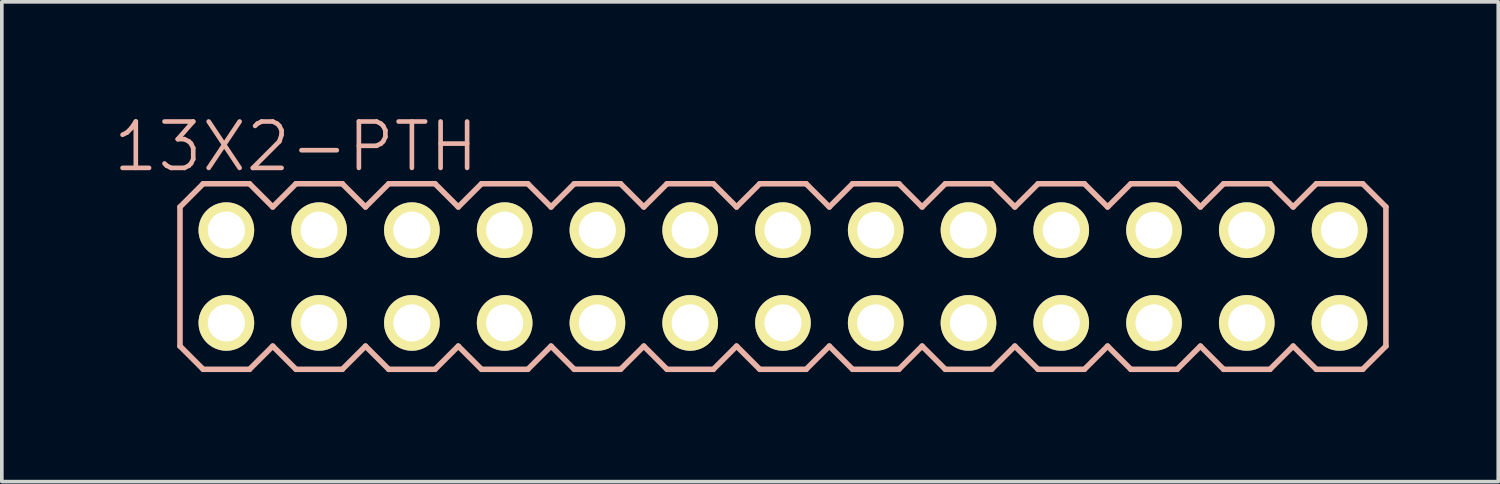
<source format=kicad_pcb>
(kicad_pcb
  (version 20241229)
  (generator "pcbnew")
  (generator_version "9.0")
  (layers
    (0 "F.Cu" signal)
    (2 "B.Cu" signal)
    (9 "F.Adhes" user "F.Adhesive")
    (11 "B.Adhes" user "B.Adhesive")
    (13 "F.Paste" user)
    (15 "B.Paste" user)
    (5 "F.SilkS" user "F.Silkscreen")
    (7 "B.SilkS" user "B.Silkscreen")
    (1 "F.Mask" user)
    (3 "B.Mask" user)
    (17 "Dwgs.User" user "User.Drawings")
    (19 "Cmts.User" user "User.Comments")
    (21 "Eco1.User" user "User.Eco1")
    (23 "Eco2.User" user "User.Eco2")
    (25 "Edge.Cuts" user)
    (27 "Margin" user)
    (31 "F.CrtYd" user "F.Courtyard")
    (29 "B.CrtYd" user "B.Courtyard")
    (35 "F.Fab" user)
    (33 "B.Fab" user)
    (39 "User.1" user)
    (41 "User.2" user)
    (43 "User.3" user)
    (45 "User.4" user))
  (footprint "13X2-PTH"
    (layer "F.Cu")
    (at 18.388 4.522)
    (property "Reference" "13X2-PTH" (at -13.335 -3.556 0) (layer "B.SilkS") (effects (font (size 1.27 1.27) (thickness 0.127))))
    (attr exclude_from_pos_files exclude_from_bom)
    (fp_line (start -15.494 -1.524) (end -14.986 -1.524) (stroke (width 0.066) (type solid)) (layer "F.SilkS"))
    (fp_line (start -15.494 -1.016) (end -15.494 -1.524) (stroke (width 0.066) (type solid)) (layer "F.SilkS"))
    (fp_line (start -15.494 -1.016) (end -14.986 -1.016) (stroke (width 0.066) (type solid)) (layer "F.SilkS"))
    (fp_line (start -15.494 1.016) (end -14.986 1.016) (stroke (width 0.066) (type solid)) (layer "F.SilkS"))
    (fp_line (start -15.494 1.524) (end -15.494 1.016) (stroke (width 0.066) (type solid)) (layer "F.SilkS"))
    (fp_line (start -15.494 1.524) (end -14.986 1.524) (stroke (width 0.066) (type solid)) (layer "F.SilkS"))
    (fp_line (start -14.986 -1.016) (end -14.986 -1.524) (stroke (width 0.066) (type solid)) (layer "F.SilkS"))
    (fp_line (start -14.986 1.524) (end -14.986 1.016) (stroke (width 0.066) (type solid)) (layer "F.SilkS"))
    (fp_line (start -12.954 -1.524) (end -12.446 -1.524) (stroke (width 0.066) (type solid)) (layer "F.SilkS"))
    (fp_line (start -12.954 -1.016) (end -12.954 -1.524) (stroke (width 0.066) (type solid)) (layer "F.SilkS"))
    (fp_line (start -12.954 -1.016) (end -12.446 -1.016) (stroke (width 0.066) (type solid)) (layer "F.SilkS"))
    (fp_line (start -12.954 1.016) (end -12.446 1.016) (stroke (width 0.066) (type solid)) (layer "F.SilkS"))
    (fp_line (start -12.954 1.524) (end -12.954 1.016) (stroke (width 0.066) (type solid)) (layer "F.SilkS"))
    (fp_line (start -12.954 1.524) (end -12.446 1.524) (stroke (width 0.066) (type solid)) (layer "F.SilkS"))
    (fp_line (start -12.446 -1.016) (end -12.446 -1.524) (stroke (width 0.066) (type solid)) (layer "F.SilkS"))
    (fp_line (start -12.446 1.524) (end -12.446 1.016) (stroke (width 0.066) (type solid)) (layer "F.SilkS"))
    (fp_line (start -10.414 -1.524) (end -9.906 -1.524) (stroke (width 0.066) (type solid)) (layer "F.SilkS"))
    (fp_line (start -10.414 -1.016) (end -10.414 -1.524) (stroke (width 0.066) (type solid)) (layer "F.SilkS"))
    (fp_line (start -10.414 -1.016) (end -9.906 -1.016) (stroke (width 0.066) (type solid)) (layer "F.SilkS"))
    (fp_line (start -10.414 1.016) (end -9.906 1.016) (stroke (width 0.066) (type solid)) (layer "F.SilkS"))
    (fp_line (start -10.414 1.524) (end -10.414 1.016) (stroke (width 0.066) (type solid)) (layer "F.SilkS"))
    (fp_line (start -10.414 1.524) (end -9.906 1.524) (stroke (width 0.066) (type solid)) (layer "F.SilkS"))
    (fp_line (start -9.906 -1.016) (end -9.906 -1.524) (stroke (width 0.066) (type solid)) (layer "F.SilkS"))
    (fp_line (start -9.906 1.524) (end -9.906 1.016) (stroke (width 0.066) (type solid)) (layer "F.SilkS"))
    (fp_line (start -7.874 -1.524) (end -7.366 -1.524) (stroke (width 0.066) (type solid)) (layer "F.SilkS"))
    (fp_line (start -7.874 -1.016) (end -7.874 -1.524) (stroke (width 0.066) (type solid)) (layer "F.SilkS"))
    (fp_line (start -7.874 -1.016) (end -7.366 -1.016) (stroke (width 0.066) (type solid)) (layer "F.SilkS"))
    (fp_line (start -7.874 1.016) (end -7.366 1.016) (stroke (width 0.066) (type solid)) (layer "F.SilkS"))
    (fp_line (start -7.874 1.524) (end -7.874 1.016) (stroke (width 0.066) (type solid)) (layer "F.SilkS"))
    (fp_line (start -7.874 1.524) (end -7.366 1.524) (stroke (width 0.066) (type solid)) (layer "F.SilkS"))
    (fp_line (start -7.366 -1.016) (end -7.366 -1.524) (stroke (width 0.066) (type solid)) (layer "F.SilkS"))
    (fp_line (start -7.366 1.524) (end -7.366 1.016) (stroke (width 0.066) (type solid)) (layer "F.SilkS"))
    (fp_line (start -5.334 -1.524) (end -4.826 -1.524) (stroke (width 0.066) (type solid)) (layer "F.SilkS"))
    (fp_line (start -5.334 -1.016) (end -5.334 -1.524) (stroke (width 0.066) (type solid)) (layer "F.SilkS"))
    (fp_line (start -5.334 -1.016) (end -4.826 -1.016) (stroke (width 0.066) (type solid)) (layer "F.SilkS"))
    (fp_line (start -5.334 1.016) (end -4.826 1.016) (stroke (width 0.066) (type solid)) (layer "F.SilkS"))
    (fp_line (start -5.334 1.524) (end -5.334 1.016) (stroke (width 0.066) (type solid)) (layer "F.SilkS"))
    (fp_line (start -5.334 1.524) (end -4.826 1.524) (stroke (width 0.066) (type solid)) (layer "F.SilkS"))
    (fp_line (start -4.826 -1.016) (end -4.826 -1.524) (stroke (width 0.066) (type solid)) (layer "F.SilkS"))
    (fp_line (start -4.826 1.524) (end -4.826 1.016) (stroke (width 0.066) (type solid)) (layer "F.SilkS"))
    (fp_line (start -2.794 -1.524) (end -2.286 -1.524) (stroke (width 0.066) (type solid)) (layer "F.SilkS"))
    (fp_line (start -2.794 -1.016) (end -2.794 -1.524) (stroke (width 0.066) (type solid)) (layer "F.SilkS"))
    (fp_line (start -2.794 -1.016) (end -2.286 -1.016) (stroke (width 0.066) (type solid)) (layer "F.SilkS"))
    (fp_line (start -2.794 1.016) (end -2.286 1.016) (stroke (width 0.066) (type solid)) (layer "F.SilkS"))
    (fp_line (start -2.794 1.524) (end -2.794 1.016) (stroke (width 0.066) (type solid)) (layer "F.SilkS"))
    (fp_line (start -2.794 1.524) (end -2.286 1.524) (stroke (width 0.066) (type solid)) (layer "F.SilkS"))
    (fp_line (start -2.286 -1.016) (end -2.286 -1.524) (stroke (width 0.066) (type solid)) (layer "F.SilkS"))
    (fp_line (start -2.286 1.524) (end -2.286 1.016) (stroke (width 0.066) (type solid)) (layer "F.SilkS"))
    (fp_line (start -0.254 -1.524) (end 0.254 -1.524) (stroke (width 0.066) (type solid)) (layer "F.SilkS"))
    (fp_line (start -0.254 -1.016) (end -0.254 -1.524) (stroke (width 0.066) (type solid)) (layer "F.SilkS"))
    (fp_line (start -0.254 -1.016) (end 0.254 -1.016) (stroke (width 0.066) (type solid)) (layer "F.SilkS"))
    (fp_line (start -0.254 1.016) (end 0.254 1.016) (stroke (width 0.066) (type solid)) (layer "F.SilkS"))
    (fp_line (start -0.254 1.524) (end -0.254 1.016) (stroke (width 0.066) (type solid)) (layer "F.SilkS"))
    (fp_line (start -0.254 1.524) (end 0.254 1.524) (stroke (width 0.066) (type solid)) (layer "F.SilkS"))
    (fp_line (start 0.254 -1.016) (end 0.254 -1.524) (stroke (width 0.066) (type solid)) (layer "F.SilkS"))
    (fp_line (start 0.254 1.524) (end 0.254 1.016) (stroke (width 0.066) (type solid)) (layer "F.SilkS"))
    (fp_line (start 2.286 -1.524) (end 2.794 -1.524) (stroke (width 0.066) (type solid)) (layer "F.SilkS"))
    (fp_line (start 2.286 -1.016) (end 2.286 -1.524) (stroke (width 0.066) (type solid)) (layer "F.SilkS"))
    (fp_line (start 2.286 -1.016) (end 2.794 -1.016) (stroke (width 0.066) (type solid)) (layer "F.SilkS"))
    (fp_line (start 2.286 1.016) (end 2.794 1.016) (stroke (width 0.066) (type solid)) (layer "F.SilkS"))
    (fp_line (start 2.286 1.524) (end 2.286 1.016) (stroke (width 0.066) (type solid)) (layer "F.SilkS"))
    (fp_line (start 2.286 1.524) (end 2.794 1.524) (stroke (width 0.066) (type solid)) (layer "F.SilkS"))
    (fp_line (start 2.794 -1.016) (end 2.794 -1.524) (stroke (width 0.066) (type solid)) (layer "F.SilkS"))
    (fp_line (start 2.794 1.524) (end 2.794 1.016) (stroke (width 0.066) (type solid)) (layer "F.SilkS"))
    (fp_line (start 4.826 -1.524) (end 5.334 -1.524) (stroke (width 0.066) (type solid)) (layer "F.SilkS"))
    (fp_line (start 4.826 -1.016) (end 4.826 -1.524) (stroke (width 0.066) (type solid)) (layer "F.SilkS"))
    (fp_line (start 4.826 -1.016) (end 5.334 -1.016) (stroke (width 0.066) (type solid)) (layer "F.SilkS"))
    (fp_line (start 4.826 1.016) (end 5.334 1.016) (stroke (width 0.066) (type solid)) (layer "F.SilkS"))
    (fp_line (start 4.826 1.524) (end 4.826 1.016) (stroke (width 0.066) (type solid)) (layer "F.SilkS"))
    (fp_line (start 4.826 1.524) (end 5.334 1.524) (stroke (width 0.066) (type solid)) (layer "F.SilkS"))
    (fp_line (start 5.334 -1.016) (end 5.334 -1.524) (stroke (width 0.066) (type solid)) (layer "F.SilkS"))
    (fp_line (start 5.334 1.524) (end 5.334 1.016) (stroke (width 0.066) (type solid)) (layer "F.SilkS"))
    (fp_line (start 7.366 -1.524) (end 7.874 -1.524) (stroke (width 0.066) (type solid)) (layer "F.SilkS"))
    (fp_line (start 7.366 -1.016) (end 7.366 -1.524) (stroke (width 0.066) (type solid)) (layer "F.SilkS"))
    (fp_line (start 7.366 -1.016) (end 7.874 -1.016) (stroke (width 0.066) (type solid)) (layer "F.SilkS"))
    (fp_line (start 7.366 1.016) (end 7.874 1.016) (stroke (width 0.066) (type solid)) (layer "F.SilkS"))
    (fp_line (start 7.366 1.524) (end 7.366 1.016) (stroke (width 0.066) (type solid)) (layer "F.SilkS"))
    (fp_line (start 7.366 1.524) (end 7.874 1.524) (stroke (width 0.066) (type solid)) (layer "F.SilkS"))
    (fp_line (start 7.874 -1.016) (end 7.874 -1.524) (stroke (width 0.066) (type solid)) (layer "F.SilkS"))
    (fp_line (start 7.874 1.524) (end 7.874 1.016) (stroke (width 0.066) (type solid)) (layer "F.SilkS"))
    (fp_line (start 9.906 -1.524) (end 10.414 -1.524) (stroke (width 0.066) (type solid)) (layer "F.SilkS"))
    (fp_line (start 9.906 -1.016) (end 9.906 -1.524) (stroke (width 0.066) (type solid)) (layer "F.SilkS"))
    (fp_line (start 9.906 -1.016) (end 10.414 -1.016) (stroke (width 0.066) (type solid)) (layer "F.SilkS"))
    (fp_line (start 9.906 1.016) (end 10.414 1.016) (stroke (width 0.066) (type solid)) (layer "F.SilkS"))
    (fp_line (start 9.906 1.524) (end 9.906 1.016) (stroke (width 0.066) (type solid)) (layer "F.SilkS"))
    (fp_line (start 9.906 1.524) (end 10.414 1.524) (stroke (width 0.066) (type solid)) (layer "F.SilkS"))
    (fp_line (start 10.414 -1.016) (end 10.414 -1.524) (stroke (width 0.066) (type solid)) (layer "F.SilkS"))
    (fp_line (start 10.414 1.524) (end 10.414 1.016) (stroke (width 0.066) (type solid)) (layer "F.SilkS"))
    (fp_line (start 12.446 -1.524) (end 12.954 -1.524) (stroke (width 0.066) (type solid)) (layer "F.SilkS"))
    (fp_line (start 12.446 -1.016) (end 12.446 -1.524) (stroke (width 0.066) (type solid)) (layer "F.SilkS"))
    (fp_line (start 12.446 -1.016) (end 12.954 -1.016) (stroke (width 0.066) (type solid)) (layer "F.SilkS"))
    (fp_line (start 12.446 1.016) (end 12.954 1.016) (stroke (width 0.066) (type solid)) (layer "F.SilkS"))
    (fp_line (start 12.446 1.524) (end 12.446 1.016) (stroke (width 0.066) (type solid)) (layer "F.SilkS"))
    (fp_line (start 12.446 1.524) (end 12.954 1.524) (stroke (width 0.066) (type solid)) (layer "F.SilkS"))
    (fp_line (start 12.954 -1.016) (end 12.954 -1.524) (stroke (width 0.066) (type solid)) (layer "F.SilkS"))
    (fp_line (start 12.954 1.524) (end 12.954 1.016) (stroke (width 0.066) (type solid)) (layer "F.SilkS"))
    (fp_line (start 14.986 -1.524) (end 15.494 -1.524) (stroke (width 0.066) (type solid)) (layer "F.SilkS"))
    (fp_line (start 14.986 -1.016) (end 14.986 -1.524) (stroke (width 0.066) (type solid)) (layer "F.SilkS"))
    (fp_line (start 14.986 -1.016) (end 15.494 -1.016) (stroke (width 0.066) (type solid)) (layer "F.SilkS"))
    (fp_line (start 14.986 1.016) (end 15.494 1.016) (stroke (width 0.066) (type solid)) (layer "F.SilkS"))
    (fp_line (start 14.986 1.524) (end 14.986 1.016) (stroke (width 0.066) (type solid)) (layer "F.SilkS"))
    (fp_line (start 14.986 1.524) (end 15.494 1.524) (stroke (width 0.066) (type solid)) (layer "F.SilkS"))
    (fp_line (start 15.494 -1.016) (end 15.494 -1.524) (stroke (width 0.066) (type solid)) (layer "F.SilkS"))
    (fp_line (start 15.494 1.524) (end 15.494 1.016) (stroke (width 0.066) (type solid)) (layer "F.SilkS"))
    (fp_line (start -16.51 -1.905) (end -16.51 1.905) (stroke (width 0.152) (type solid)) (layer "B.SilkS"))
    (fp_line (start -16.51 1.905) (end -15.875 2.54) (stroke (width 0.152) (type solid)) (layer "B.SilkS"))
    (fp_line (start -15.875 -2.54) (end -16.51 -1.905) (stroke (width 0.152) (type solid)) (layer "B.SilkS"))
    (fp_line (start -15.875 -2.54) (end -14.605 -2.54) (stroke (width 0.152) (type solid)) (layer "B.SilkS"))
    (fp_line (start -14.605 -2.54) (end -13.97 -1.905) (stroke (width 0.152) (type solid)) (layer "B.SilkS"))
    (fp_line (start -14.605 2.54) (end -15.875 2.54) (stroke (width 0.152) (type solid)) (layer "B.SilkS"))
    (fp_line (start -13.97 -1.905) (end -13.335 -2.54) (stroke (width 0.152) (type solid)) (layer "B.SilkS"))
    (fp_line (start -13.97 1.905) (end -14.605 2.54) (stroke (width 0.152) (type solid)) (layer "B.SilkS"))
    (fp_line (start -13.335 -2.54) (end -12.065 -2.54) (stroke (width 0.152) (type solid)) (layer "B.SilkS"))
    (fp_line (start -13.335 2.54) (end -13.97 1.905) (stroke (width 0.152) (type solid)) (layer "B.SilkS"))
    (fp_line (start -12.065 -2.54) (end -11.43 -1.905) (stroke (width 0.152) (type solid)) (layer "B.SilkS"))
    (fp_line (start -12.065 2.54) (end -13.335 2.54) (stroke (width 0.152) (type solid)) (layer "B.SilkS"))
    (fp_line (start -11.43 -1.905) (end -10.795 -2.54) (stroke (width 0.152) (type solid)) (layer "B.SilkS"))
    (fp_line (start -11.43 1.905) (end -12.065 2.54) (stroke (width 0.152) (type solid)) (layer "B.SilkS"))
    (fp_line (start -10.795 -2.54) (end -9.525 -2.54) (stroke (width 0.152) (type solid)) (layer "B.SilkS"))
    (fp_line (start -10.795 2.54) (end -11.43 1.905) (stroke (width 0.152) (type solid)) (layer "B.SilkS"))
    (fp_line (start -9.525 -2.54) (end -8.89 -1.905) (stroke (width 0.152) (type solid)) (layer "B.SilkS"))
    (fp_line (start -9.525 2.54) (end -10.795 2.54) (stroke (width 0.152) (type solid)) (layer "B.SilkS"))
    (fp_line (start -8.89 1.905) (end -9.525 2.54) (stroke (width 0.152) (type solid)) (layer "B.SilkS"))
    (fp_line (start -8.89 1.905) (end -8.255 2.54) (stroke (width 0.152) (type solid)) (layer "B.SilkS"))
    (fp_line (start -8.255 -2.54) (end -8.89 -1.905) (stroke (width 0.152) (type solid)) (layer "B.SilkS"))
    (fp_line (start -8.255 -2.54) (end -6.985 -2.54) (stroke (width 0.152) (type solid)) (layer "B.SilkS"))
    (fp_line (start -6.985 -2.54) (end -6.35 -1.905) (stroke (width 0.152) (type solid)) (layer "B.SilkS"))
    (fp_line (start -6.985 2.54) (end -8.255 2.54) (stroke (width 0.152) (type solid)) (layer "B.SilkS"))
    (fp_line (start -6.35 -1.905) (end -5.715 -2.54) (stroke (width 0.152) (type solid)) (layer "B.SilkS"))
    (fp_line (start -6.35 1.905) (end -6.985 2.54) (stroke (width 0.152) (type solid)) (layer "B.SilkS"))
    (fp_line (start -5.715 -2.54) (end -4.445 -2.54) (stroke (width 0.152) (type solid)) (layer "B.SilkS"))
    (fp_line (start -5.715 2.54) (end -6.35 1.905) (stroke (width 0.152) (type solid)) (layer "B.SilkS"))
    (fp_line (start -4.445 -2.54) (end -3.81 -1.905) (stroke (width 0.152) (type solid)) (layer "B.SilkS"))
    (fp_line (start -4.445 2.54) (end -5.715 2.54) (stroke (width 0.152) (type solid)) (layer "B.SilkS"))
    (fp_line (start -3.81 -1.905) (end -3.175 -2.54) (stroke (width 0.152) (type solid)) (layer "B.SilkS"))
    (fp_line (start -3.81 1.905) (end -4.445 2.54) (stroke (width 0.152) (type solid)) (layer "B.SilkS"))
    (fp_line (start -3.175 -2.54) (end -1.905 -2.54) (stroke (width 0.152) (type solid)) (layer "B.SilkS"))
    (fp_line (start -3.175 2.54) (end -3.81 1.905) (stroke (width 0.152) (type solid)) (layer "B.SilkS"))
    (fp_line (start -1.905 -2.54) (end -1.27 -1.905) (stroke (width 0.152) (type solid)) (layer "B.SilkS"))
    (fp_line (start -1.905 2.54) (end -3.175 2.54) (stroke (width 0.152) (type solid)) (layer "B.SilkS"))
    (fp_line (start -1.27 -1.905) (end -0.635 -2.54) (stroke (width 0.152) (type solid)) (layer "B.SilkS"))
    (fp_line (start -1.27 1.905) (end -1.905 2.54) (stroke (width 0.152) (type solid)) (layer "B.SilkS"))
    (fp_line (start -0.635 -2.54) (end 0.635 -2.54) (stroke (width 0.152) (type solid)) (layer "B.SilkS"))
    (fp_line (start -0.635 2.54) (end -1.27 1.905) (stroke (width 0.152) (type solid)) (layer "B.SilkS"))
    (fp_line (start 0.635 -2.54) (end 1.27 -1.905) (stroke (width 0.152) (type solid)) (layer "B.SilkS"))
    (fp_line (start 0.635 2.54) (end -0.635 2.54) (stroke (width 0.152) (type solid)) (layer "B.SilkS"))
    (fp_line (start 1.27 1.905) (end 0.635 2.54) (stroke (width 0.152) (type solid)) (layer "B.SilkS"))
    (fp_line (start 1.27 1.905) (end 1.905 2.54) (stroke (width 0.152) (type solid)) (layer "B.SilkS"))
    (fp_line (start 1.905 -2.54) (end 1.27 -1.905) (stroke (width 0.152) (type solid)) (layer "B.SilkS"))
    (fp_line (start 1.905 -2.54) (end 3.175 -2.54) (stroke (width 0.152) (type solid)) (layer "B.SilkS"))
    (fp_line (start 3.175 -2.54) (end 3.81 -1.905) (stroke (width 0.152) (type solid)) (layer "B.SilkS"))
    (fp_line (start 3.175 2.54) (end 1.905 2.54) (stroke (width 0.152) (type solid)) (layer "B.SilkS"))
    (fp_line (start 3.81 -1.905) (end 4.445 -2.54) (stroke (width 0.152) (type solid)) (layer "B.SilkS"))
    (fp_line (start 3.81 1.905) (end 3.175 2.54) (stroke (width 0.152) (type solid)) (layer "B.SilkS"))
    (fp_line (start 4.445 -2.54) (end 5.715 -2.54) (stroke (width 0.152) (type solid)) (layer "B.SilkS"))
    (fp_line (start 4.445 2.54) (end 3.81 1.905) (stroke (width 0.152) (type solid)) (layer "B.SilkS"))
    (fp_line (start 5.715 -2.54) (end 6.35 -1.905) (stroke (width 0.152) (type solid)) (layer "B.SilkS"))
    (fp_line (start 5.715 2.54) (end 4.445 2.54) (stroke (width 0.152) (type solid)) (layer "B.SilkS"))
    (fp_line (start 6.35 -1.905) (end 6.985 -2.54) (stroke (width 0.152) (type solid)) (layer "B.SilkS"))
    (fp_line (start 6.35 1.905) (end 5.715 2.54) (stroke (width 0.152) (type solid)) (layer "B.SilkS"))
    (fp_line (start 6.985 -2.54) (end 8.255 -2.54) (stroke (width 0.152) (type solid)) (layer "B.SilkS"))
    (fp_line (start 6.985 2.54) (end 6.35 1.905) (stroke (width 0.152) (type solid)) (layer "B.SilkS"))
    (fp_line (start 8.255 -2.54) (end 8.89 -1.905) (stroke (width 0.152) (type solid)) (layer "B.SilkS"))
    (fp_line (start 8.255 2.54) (end 6.985 2.54) (stroke (width 0.152) (type solid)) (layer "B.SilkS"))
    (fp_line (start 8.89 1.905) (end 8.255 2.54) (stroke (width 0.152) (type solid)) (layer "B.SilkS"))
    (fp_line (start 8.89 1.905) (end 9.525 2.54) (stroke (width 0.152) (type solid)) (layer "B.SilkS"))
    (fp_line (start 9.525 -2.54) (end 8.89 -1.905) (stroke (width 0.152) (type solid)) (layer "B.SilkS"))
    (fp_line (start 9.525 -2.54) (end 10.795 -2.54) (stroke (width 0.152) (type solid)) (layer "B.SilkS"))
    (fp_line (start 10.795 -2.54) (end 11.43 -1.905) (stroke (width 0.152) (type solid)) (layer "B.SilkS"))
    (fp_line (start 10.795 2.54) (end 9.525 2.54) (stroke (width 0.152) (type solid)) (layer "B.SilkS"))
    (fp_line (start 11.43 -1.905) (end 12.065 -2.54) (stroke (width 0.152) (type solid)) (layer "B.SilkS"))
    (fp_line (start 11.43 1.905) (end 10.795 2.54) (stroke (width 0.152) (type solid)) (layer "B.SilkS"))
    (fp_line (start 12.065 -2.54) (end 13.335 -2.54) (stroke (width 0.152) (type solid)) (layer "B.SilkS"))
    (fp_line (start 12.065 2.54) (end 11.43 1.905) (stroke (width 0.152) (type solid)) (layer "B.SilkS"))
    (fp_line (start 13.335 -2.54) (end 13.97 -1.905) (stroke (width 0.152) (type solid)) (layer "B.SilkS"))
    (fp_line (start 13.335 2.54) (end 12.065 2.54) (stroke (width 0.152) (type solid)) (layer "B.SilkS"))
    (fp_line (start 13.97 -1.905) (end 14.605 -2.54) (stroke (width 0.152) (type solid)) (layer "B.SilkS"))
    (fp_line (start 13.97 1.905) (end 13.335 2.54) (stroke (width 0.152) (type solid)) (layer "B.SilkS"))
    (fp_line (start 14.605 -2.54) (end 15.875 -2.54) (stroke (width 0.152) (type solid)) (layer "B.SilkS"))
    (fp_line (start 14.605 2.54) (end 13.97 1.905) (stroke (width 0.152) (type solid)) (layer "B.SilkS"))
    (fp_line (start 15.875 -2.54) (end 16.51 -1.905) (stroke (width 0.152) (type solid)) (layer "B.SilkS"))
    (fp_line (start 15.875 2.54) (end 14.605 2.54) (stroke (width 0.152) (type solid)) (layer "B.SilkS"))
    (fp_line (start 16.51 -1.905) (end 16.51 1.905) (stroke (width 0.152) (type solid)) (layer "B.SilkS"))
    (fp_line (start 16.51 1.905) (end 15.875 2.54) (stroke (width 0.152) (type solid)) (layer "B.SilkS"))
    (pad "1" thru_hole circle (at -15.24 1.27) (size 1.524 1.524) (drill 1.016) (layers "*.Cu" "F.Mask" "F.SilkS" "F.Paste"))
    (pad "2" thru_hole circle (at -15.24 -1.27) (size 1.524 1.524) (drill 1.016) (layers "*.Cu" "F.Mask" "F.SilkS" "F.Paste"))
    (pad "3" thru_hole circle (at -12.7 1.27) (size 1.524 1.524) (drill 1.016) (layers "*.Cu" "F.Mask" "F.SilkS" "F.Paste"))
    (pad "4" thru_hole circle (at -12.7 -1.27) (size 1.524 1.524) (drill 1.016) (layers "*.Cu" "F.Mask" "F.SilkS" "F.Paste"))
    (pad "5" thru_hole circle (at -10.16 1.27) (size 1.524 1.524) (drill 1.016) (layers "*.Cu" "F.Mask" "F.SilkS" "F.Paste"))
    (pad "6" thru_hole circle (at -10.16 -1.27) (size 1.524 1.524) (drill 1.016) (layers "*.Cu" "F.Mask" "F.SilkS" "F.Paste"))
    (pad "7" thru_hole circle (at -7.62 1.27) (size 1.524 1.524) (drill 1.016) (layers "*.Cu" "F.Mask" "F.SilkS" "F.Paste"))
    (pad "8" thru_hole circle (at -7.62 -1.27) (size 1.524 1.524) (drill 1.016) (layers "*.Cu" "F.Mask" "F.SilkS" "F.Paste"))
    (pad "9" thru_hole circle (at -5.08 1.27) (size 1.524 1.524) (drill 1.016) (layers "*.Cu" "F.Mask" "F.SilkS" "F.Paste"))
    (pad "10" thru_hole circle (at -5.08 -1.27) (size 1.524 1.524) (drill 1.016) (layers "*.Cu" "F.Mask" "F.SilkS" "F.Paste"))
    (pad "11" thru_hole circle (at -2.54 1.27) (size 1.524 1.524) (drill 1.016) (layers "*.Cu" "F.Mask" "F.SilkS" "F.Paste"))
    (pad "12" thru_hole circle (at -2.54 -1.27) (size 1.524 1.524) (drill 1.016) (layers "*.Cu" "F.Mask" "F.SilkS" "F.Paste"))
    (pad "13" thru_hole circle (at 0 1.27) (size 1.524 1.524) (drill 1.016) (layers "*.Cu" "F.Mask" "F.SilkS" "F.Paste"))
    (pad "14" thru_hole circle (at 0 -1.27) (size 1.524 1.524) (drill 1.016) (layers "*.Cu" "F.Mask" "F.SilkS" "F.Paste"))
    (pad "15" thru_hole circle (at 2.54 1.27) (size 1.524 1.524) (drill 1.016) (layers "*.Cu" "F.Mask" "F.SilkS" "F.Paste"))
    (pad "16" thru_hole circle (at 2.54 -1.27) (size 1.524 1.524) (drill 1.016) (layers "*.Cu" "F.Mask" "F.SilkS" "F.Paste"))
    (pad "17" thru_hole circle (at 5.08 1.27) (size 1.524 1.524) (drill 1.016) (layers "*.Cu" "F.Mask" "F.SilkS" "F.Paste"))
    (pad "18" thru_hole circle (at 5.08 -1.27) (size 1.524 1.524) (drill 1.016) (layers "*.Cu" "F.Mask" "F.SilkS" "F.Paste"))
    (pad "19" thru_hole circle (at 7.62 1.27) (size 1.524 1.524) (drill 1.016) (layers "*.Cu" "F.Mask" "F.SilkS" "F.Paste"))
    (pad "20" thru_hole circle (at 7.62 -1.27) (size 1.524 1.524) (drill 1.016) (layers "*.Cu" "F.Mask" "F.SilkS" "F.Paste"))
    (pad "21" thru_hole circle (at 10.16 1.27) (size 1.524 1.524) (drill 1.016) (layers "*.Cu" "F.Mask" "F.SilkS" "F.Paste"))
    (pad "22" thru_hole circle (at 10.16 -1.27) (size 1.524 1.524) (drill 1.016) (layers "*.Cu" "F.Mask" "F.SilkS" "F.Paste"))
    (pad "23" thru_hole circle (at 12.7 1.27) (size 1.524 1.524) (drill 1.016) (layers "*.Cu" "F.Mask" "F.SilkS" "F.Paste"))
    (pad "24" thru_hole circle (at 12.7 -1.27) (size 1.524 1.524) (drill 1.016) (layers "*.Cu" "F.Mask" "F.SilkS" "F.Paste"))
    (pad "25" thru_hole circle (at 15.24 1.27) (size 1.524 1.524) (drill 1.016) (layers "*.Cu" "F.Mask" "F.SilkS" "F.Paste"))
    (pad "26" thru_hole circle (at 15.24 -1.27) (size 1.524 1.524) (drill 1.016) (layers "*.Cu" "F.Mask" "F.SilkS" "F.Paste")))
  (gr_rect
    (start -3 -3)
    (end 37.974 10.138)
    (stroke (width 0.1) (type default))
    (fill no)
    (layer "Edge.Cuts")))
</source>
